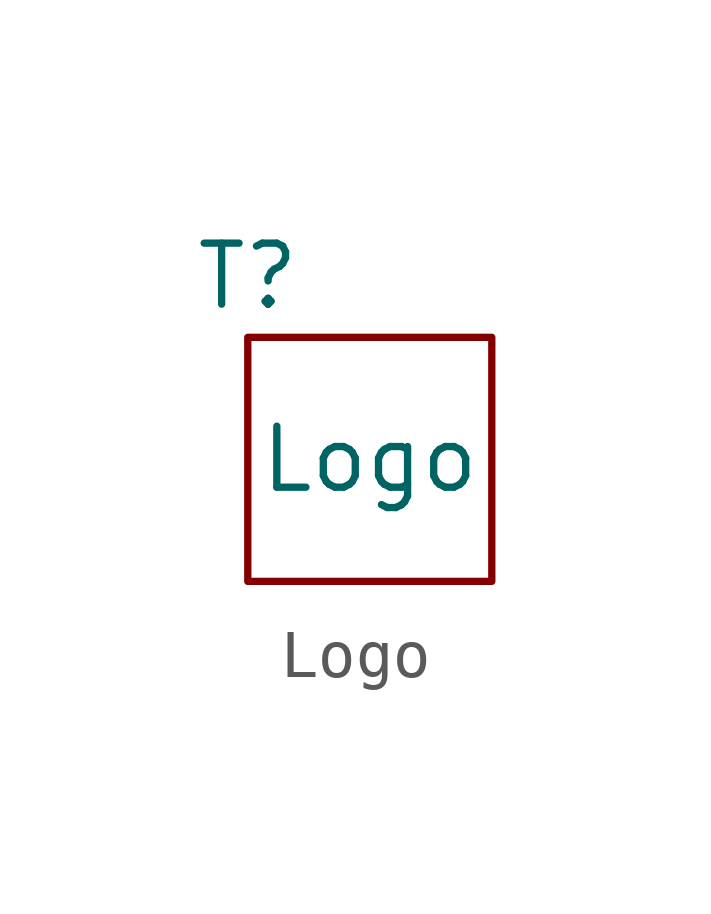
<source format=kicad_sym>
(kicad_symbol_lib
  (version 20220914)
  (generator kicad_symbol_editor)
  (symbol "Logo"
    (pin_names
      (offset 1.016))
    (property "Reference" "T"
      (at -1.27 2.54 0)
      (effects (font (size 1.27 1.27))))
    (property "Value" "Logo"
      (at 1.27 -1.27 0)
      (effects (font (size 1.27 1.27))))
    (symbol "Logo_0_1"
      (rectangle (start -1.27 1.27) (end 3.81 -3.81) (stroke (width 0) (type default)) (fill (type none))))))
</source>
